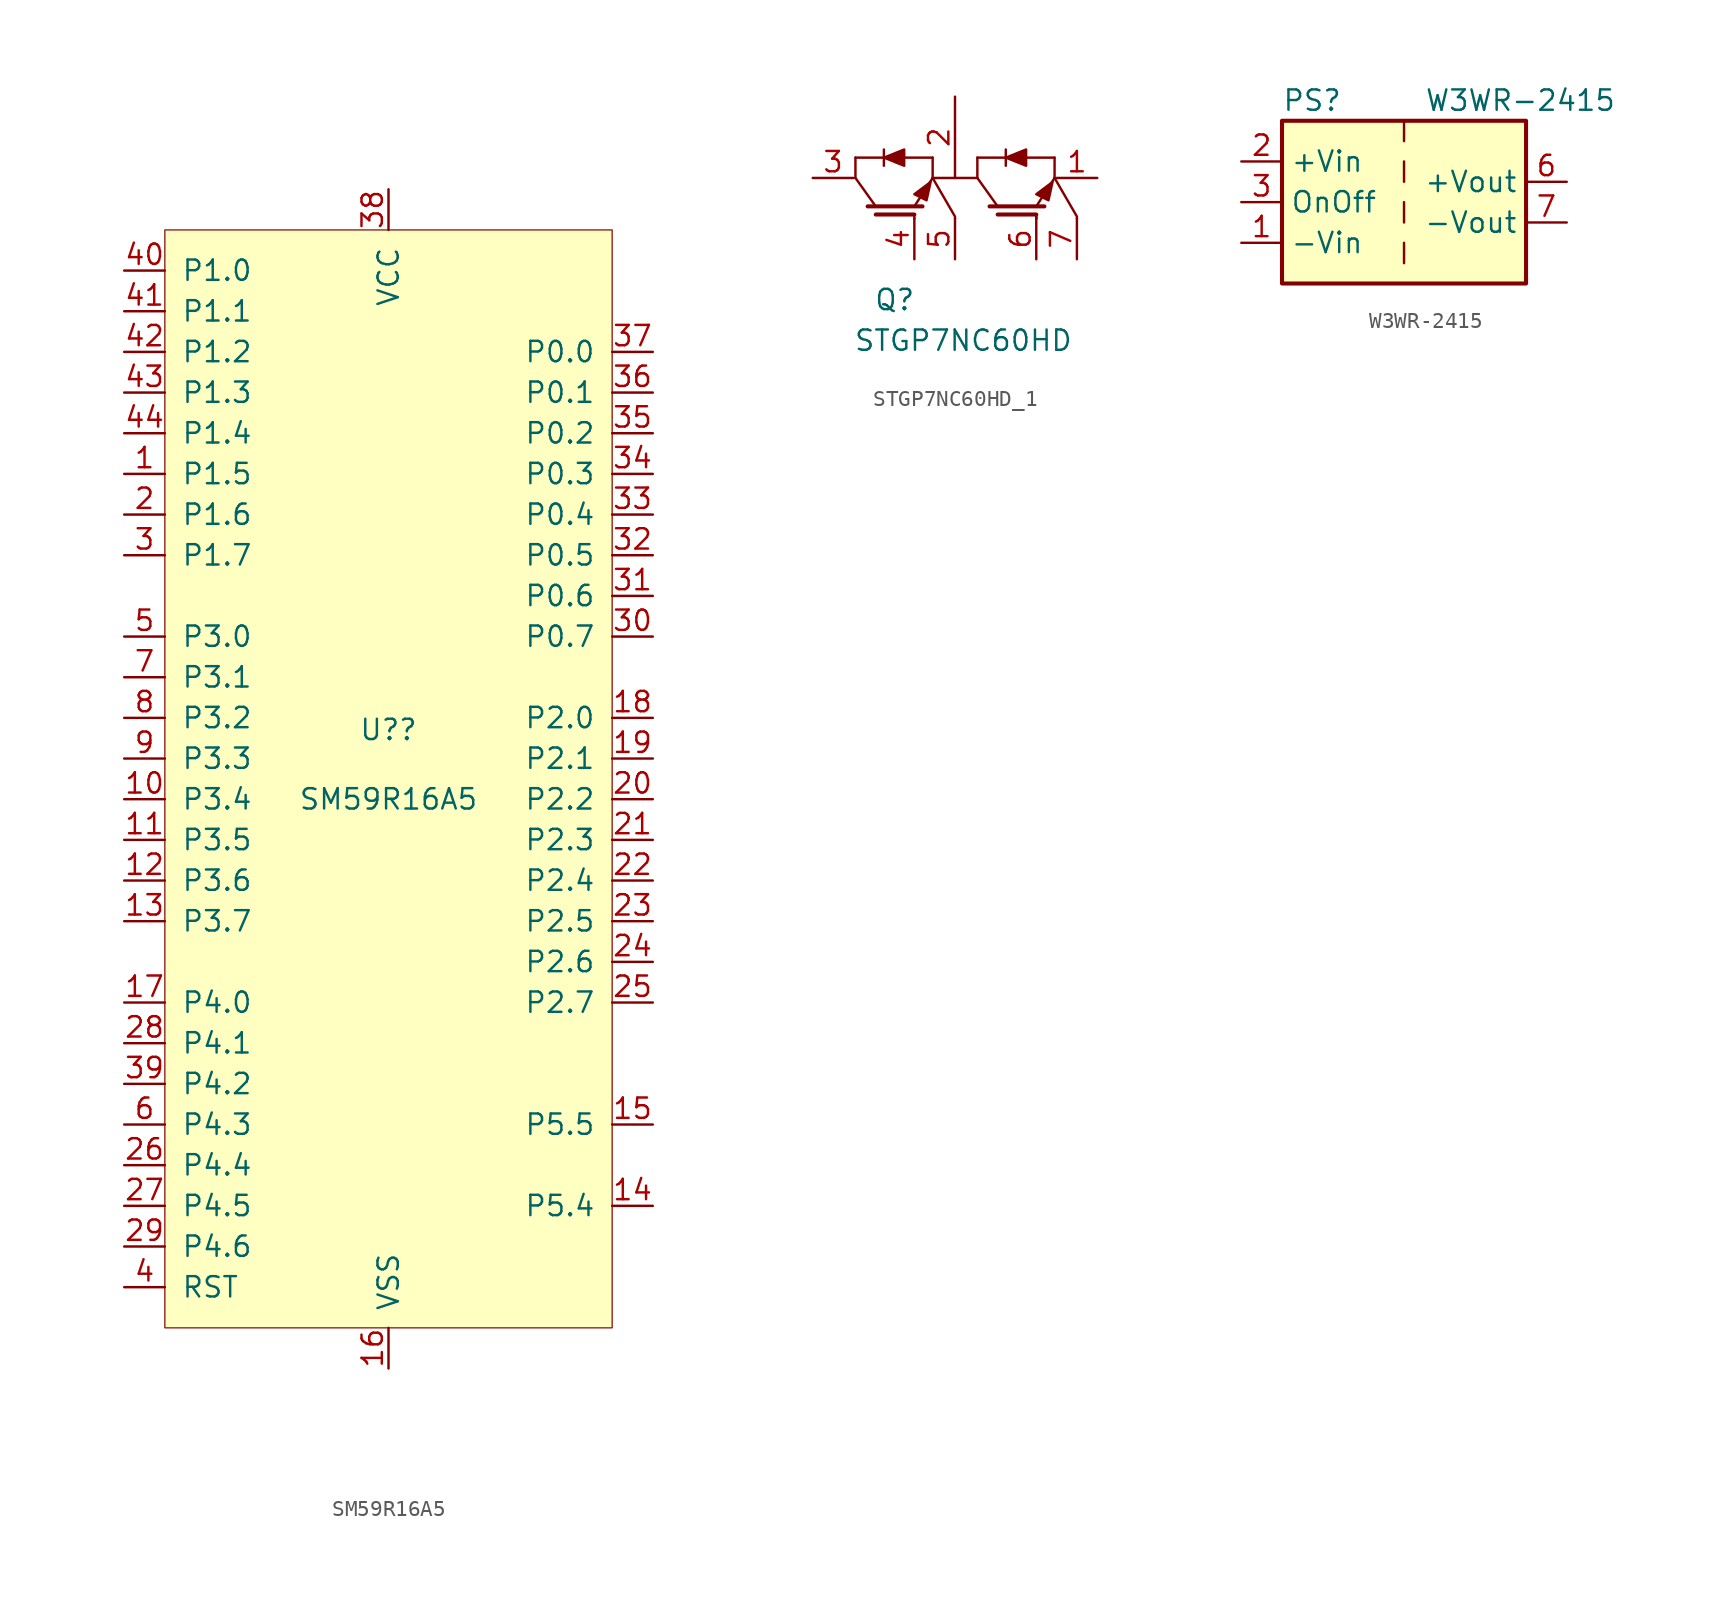
<source format=kicad_sym>
(kicad_symbol_lib
  (version 20220914)
  (generator kicad_symbol_editor)
  (symbol "SM59R16A5"
    (pin_names
      (offset 1.016))
    (property "Reference" "U?"
      (at 0 3.81 0)
      (effects (font (size 1.27 1.27)) (justify top)))
    (property "Value" "SM59R16A5"
      (at 0 -1.27 0)
      (effects (font (size 1.27 1.27))))
    (symbol "SM59R16A5_1_1"
      (rectangle (start -13.97 34.29) (end 13.97 -34.29) (stroke (width 0.076) (type default)) (fill (type background)))
      (pin bidirectional line (at -16.51 19.05 0) (length 2.54) (name "P1.5" (effects (font (size 1.27 1.27)))) (number "1" (effects (font (size 1.27 1.27)))) (alternate "ADC5" bidirectional line) (alternate "MOSI" bidirectional line))
      (pin bidirectional line (at -16.51 -1.27 0) (length 2.54) (name "P3.4" (effects (font (size 1.27 1.27)))) (number "10" (effects (font (size 1.27 1.27)))) (alternate "T0" bidirectional line))
      (pin bidirectional line (at -16.51 -3.81 0) (length 2.54) (name "P3.5" (effects (font (size 1.27 1.27)))) (number "11" (effects (font (size 1.27 1.27)))) (alternate "T1" bidirectional line))
      (pin bidirectional line (at -16.51 -6.35 0) (length 2.54) (name "P3.6" (effects (font (size 1.27 1.27)))) (number "12" (effects (font (size 1.27 1.27)))) (alternate "~{WR}" bidirectional line))
      (pin bidirectional line (at -16.51 -8.89 0) (length 2.54) (name "P3.7" (effects (font (size 1.27 1.27)))) (number "13" (effects (font (size 1.27 1.27)))) (alternate "~{RD}" bidirectional line))
      (pin bidirectional line (at 16.51 -26.67 180) (length 2.54) (name "P5.4" (effects (font (size 1.27 1.27)))) (number "14" (effects (font (size 1.27 1.27)))) (alternate "X32OUT" bidirectional line) (alternate "XTAL2" bidirectional line))
      (pin bidirectional line (at 16.51 -21.59 180) (length 2.54) (name "P5.5" (effects (font (size 1.27 1.27)))) (number "15" (effects (font (size 1.27 1.27)))) (alternate "X32IN" bidirectional line) (alternate "XTAL1" bidirectional line))
      (pin power_in line (at 0 -36.83 90) (length 2.54) (name "VSS" (effects (font (size 1.27 1.27)))) (number "16" (effects (font (size 1.27 1.27)))))
      (pin bidirectional line (at -16.51 -13.97 0) (length 2.54) (name "P4.0" (effects (font (size 1.27 1.27)))) (number "17" (effects (font (size 1.27 1.27)))) (alternate "CC0" bidirectional line) (alternate "IIC_SCL" bidirectional line) (alternate "PWM0" bidirectional line) (alternate "SS" bidirectional line))
      (pin bidirectional line (at 16.51 3.81 180) (length 2.54) (name "P2.0" (effects (font (size 1.27 1.27)))) (number "18" (effects (font (size 1.27 1.27)))) (alternate "A8" bidirectional line) (alternate "CC0" bidirectional line) (alternate "KBI0" bidirectional line))
      (pin bidirectional line (at 16.51 1.27 180) (length 2.54) (name "P2.1" (effects (font (size 1.27 1.27)))) (number "19" (effects (font (size 1.27 1.27)))) (alternate "A9" bidirectional line) (alternate "CC1" bidirectional line) (alternate "KBI1" bidirectional line))
      (pin bidirectional line (at -16.51 16.51 0) (length 2.54) (name "P1.6" (effects (font (size 1.27 1.27)))) (number "2" (effects (font (size 1.27 1.27)))) (alternate "ADC6" bidirectional line) (alternate "IIC_SCL" bidirectional line) (alternate "MISO" bidirectional line))
      (pin bidirectional line (at 16.51 -1.27 180) (length 2.54) (name "P2.2" (effects (font (size 1.27 1.27)))) (number "20" (effects (font (size 1.27 1.27)))) (alternate "A10" bidirectional line) (alternate "CC2" bidirectional line) (alternate "KBI2" bidirectional line) (alternate "Op1Out" bidirectional line))
      (pin bidirectional line (at 16.51 -3.81 180) (length 2.54) (name "P2.3" (effects (font (size 1.27 1.27)))) (number "21" (effects (font (size 1.27 1.27)))) (alternate "A11" bidirectional line) (alternate "CC3" bidirectional line) (alternate "KBI3" bidirectional line) (alternate "Op1NIn" bidirectional line))
      (pin bidirectional line (at 16.51 -6.35 180) (length 2.54) (name "P2.4" (effects (font (size 1.27 1.27)))) (number "22" (effects (font (size 1.27 1.27)))) (alternate "A12" bidirectional line) (alternate "KBI4" bidirectional line) (alternate "Op1Pin" bidirectional line) (alternate "PWM0" bidirectional line))
      (pin bidirectional line (at 16.51 -8.89 180) (length 2.54) (name "P2.5" (effects (font (size 1.27 1.27)))) (number "23" (effects (font (size 1.27 1.27)))) (alternate "A13" bidirectional line) (alternate "KBI5" bidirectional line) (alternate "Op0NIn" bidirectional line) (alternate "PWM1" bidirectional line))
      (pin bidirectional line (at 16.51 -11.43 180) (length 2.54) (name "P2.6" (effects (font (size 1.27 1.27)))) (number "24" (effects (font (size 1.27 1.27)))) (alternate "A14" bidirectional line) (alternate "KBI6" bidirectional line) (alternate "Op0Pin" bidirectional line) (alternate "PWM2" bidirectional line))
      (pin bidirectional line (at 16.51 -13.97 180) (length 2.54) (name "P2.7" (effects (font (size 1.27 1.27)))) (number "25" (effects (font (size 1.27 1.27)))) (alternate "A15" bidirectional line) (alternate "KBI7" bidirectional line) (alternate "Op0Out" bidirectional line) (alternate "PWM3" bidirectional line))
      (pin bidirectional line (at -16.51 -24.13 0) (length 2.54) (name "P4.4" (effects (font (size 1.27 1.27)))) (number "26" (effects (font (size 1.27 1.27)))) (alternate "OCI_SCL" bidirectional line))
      (pin bidirectional line (at -16.51 -26.67 0) (length 2.54) (name "P4.5" (effects (font (size 1.27 1.27)))) (number "27" (effects (font (size 1.27 1.27)))) (alternate "ALE" bidirectional line))
      (pin bidirectional line (at -16.51 -16.51 0) (length 2.54) (name "P4.1" (effects (font (size 1.27 1.27)))) (number "28" (effects (font (size 1.27 1.27)))) (alternate "CC1" bidirectional line) (alternate "IIC_SDA" bidirectional line) (alternate "MOSI" bidirectional line) (alternate "PWM1" bidirectional line))
      (pin bidirectional line (at -16.51 -29.21 0) (length 2.54) (name "P4.6" (effects (font (size 1.27 1.27)))) (number "29" (effects (font (size 1.27 1.27)))) (alternate "OCI_SDA" bidirectional line))
      (pin bidirectional line (at -16.51 13.97 0) (length 2.54) (name "P1.7" (effects (font (size 1.27 1.27)))) (number "3" (effects (font (size 1.27 1.27)))) (alternate "ADC7" bidirectional line) (alternate "IIC_SDA" bidirectional line) (alternate "SPI_CLK" bidirectional line))
      (pin bidirectional line (at 16.51 8.89 180) (length 2.54) (name "P0.7" (effects (font (size 1.27 1.27)))) (number "30" (effects (font (size 1.27 1.27)))) (alternate "AD7" bidirectional line) (alternate "KBI7" bidirectional line))
      (pin bidirectional line (at 16.51 11.43 180) (length 2.54) (name "P0.6" (effects (font (size 1.27 1.27)))) (number "31" (effects (font (size 1.27 1.27)))) (alternate "AD6" bidirectional line) (alternate "KBI6" bidirectional line))
      (pin bidirectional line (at 16.51 13.97 180) (length 2.54) (name "P0.5" (effects (font (size 1.27 1.27)))) (number "32" (effects (font (size 1.27 1.27)))) (alternate "AD5" bidirectional line) (alternate "KBI6" bidirectional line))
      (pin bidirectional line (at 16.51 16.51 180) (length 2.54) (name "P0.4" (effects (font (size 1.27 1.27)))) (number "33" (effects (font (size 1.27 1.27)))) (alternate "AD4" bidirectional line) (alternate "KBI4" bidirectional line))
      (pin bidirectional line (at 16.51 19.05 180) (length 2.54) (name "P0.3" (effects (font (size 1.27 1.27)))) (number "34" (effects (font (size 1.27 1.27)))) (alternate "AD3" bidirectional line) (alternate "KBI3" bidirectional line))
      (pin bidirectional line (at 16.51 21.59 180) (length 2.54) (name "P0.2" (effects (font (size 1.27 1.27)))) (number "35" (effects (font (size 1.27 1.27)))) (alternate "AD2" bidirectional line) (alternate "KBI2" bidirectional line))
      (pin bidirectional line (at 16.51 24.13 180) (length 2.54) (name "P0.1" (effects (font (size 1.27 1.27)))) (number "36" (effects (font (size 1.27 1.27)))) (alternate "AD1" bidirectional line) (alternate "KBI1" bidirectional line))
      (pin bidirectional line (at 16.51 26.67 180) (length 2.54) (name "P0.0" (effects (font (size 1.27 1.27)))) (number "37" (effects (font (size 1.27 1.27)))) (alternate "AD0" bidirectional line) (alternate "KBI0" bidirectional line))
      (pin power_in line (at 0 36.83 270) (length 2.54) (name "VCC" (effects (font (size 1.27 1.27)))) (number "38" (effects (font (size 1.27 1.27)))))
      (pin bidirectional line (at -16.51 -19.05 0) (length 2.54) (name "P4.2" (effects (font (size 1.27 1.27)))) (number "39" (effects (font (size 1.27 1.27)))) (alternate "CC2" bidirectional line) (alternate "MISO" bidirectional line) (alternate "PWM2" bidirectional line) (alternate "RXD1" bidirectional line))
      (pin bidirectional line (at -16.51 -31.75 0) (length 2.54) (name "RST" (effects (font (size 1.27 1.27)))) (number "4" (effects (font (size 1.27 1.27)))) (alternate "P4.7" bidirectional line))
      (pin bidirectional line (at -16.51 31.75 0) (length 2.54) (name "P1.0" (effects (font (size 1.27 1.27)))) (number "40" (effects (font (size 1.27 1.27)))) (alternate "ADC0" bidirectional line) (alternate "CC0" bidirectional line) (alternate "T2" bidirectional line))
      (pin bidirectional line (at -16.51 29.21 0) (length 2.54) (name "P1.1" (effects (font (size 1.27 1.27)))) (number "41" (effects (font (size 1.27 1.27)))) (alternate "ADC1" bidirectional line) (alternate "CC1" bidirectional line) (alternate "T2EX" bidirectional line))
      (pin bidirectional line (at -16.51 26.67 0) (length 2.54) (name "P1.2" (effects (font (size 1.27 1.27)))) (number "42" (effects (font (size 1.27 1.27)))) (alternate "ADC2" bidirectional line) (alternate "RXD1" bidirectional line))
      (pin bidirectional line (at -16.51 24.13 0) (length 2.54) (name "P1.3" (effects (font (size 1.27 1.27)))) (number "43" (effects (font (size 1.27 1.27)))) (alternate "ADC3" bidirectional line) (alternate "CC2" bidirectional line) (alternate "TXD1" bidirectional line))
      (pin bidirectional line (at -16.51 21.59 0) (length 2.54) (name "P1.4" (effects (font (size 1.27 1.27)))) (number "44" (effects (font (size 1.27 1.27)))) (alternate "ADC4" bidirectional line) (alternate "CC3" bidirectional line) (alternate "SS" bidirectional line))
      (pin bidirectional line (at -16.51 8.89 0) (length 2.54) (name "P3.0" (effects (font (size 1.27 1.27)))) (number "5" (effects (font (size 1.27 1.27)))) (alternate "RXD0" bidirectional line))
      (pin bidirectional line (at -16.51 -21.59 0) (length 2.54) (name "P4.3" (effects (font (size 1.27 1.27)))) (number "6" (effects (font (size 1.27 1.27)))) (alternate "CC3" bidirectional line) (alternate "PWM3" bidirectional line) (alternate "SPI_CLK" bidirectional line) (alternate "TXD1" bidirectional line))
      (pin bidirectional line (at -16.51 6.35 0) (length 2.54) (name "P3.1" (effects (font (size 1.27 1.27)))) (number "7" (effects (font (size 1.27 1.27)))) (alternate "TXD0" bidirectional line))
      (pin bidirectional line (at -16.51 3.81 0) (length 2.54) (name "P3.2" (effects (font (size 1.27 1.27)))) (number "8" (effects (font (size 1.27 1.27)))) (alternate "~{INT0}" bidirectional line))
      (pin bidirectional line (at -16.51 1.27 0) (length 2.54) (name "P3.3" (effects (font (size 1.27 1.27)))) (number "9" (effects (font (size 1.27 1.27)))) (alternate "~{INT1}" bidirectional line))))
  (symbol "STGP7NC60HD_1"
    (pin_names
      (offset 0) hide)
    (property "Reference" "Q"
      (at -5.08 -7.62 0)
      (effects (font (size 1.27 1.27)) (justify left)))
    (property "Value" "STGP7NC60HD"
      (at -6.35 -10.16 0)
      (effects (font (size 1.27 1.27)) (justify left)))
    (symbol "STGP7NC60HD_1_0_1"
      (polyline (pts (xy -6.223 0) (xy -6.223 1.27)) (stroke (width 0) (type default)) (fill (type none)))
      (polyline (pts (xy -6.223 1.27) (xy -1.397 1.27)) (stroke (width 0) (type default)) (fill (type none)))
      (polyline (pts (xy -4.445 0.762) (xy -4.445 1.778)) (stroke (width 0) (type default)) (fill (type none)))
      (polyline (pts (xy -2.54 -2.54) (xy -2.54 -2.286)) (stroke (width 0) (type default)) (fill (type none)))
      (polyline (pts (xy -1.397 0) (xy -1.397 1.27)) (stroke (width 0) (type default)) (fill (type none)))
      (polyline (pts (xy 1.397 0) (xy -1.397 0)) (stroke (width 0) (type default)) (fill (type none)))
      (polyline (pts (xy 1.397 0) (xy 1.397 1.27)) (stroke (width 0) (type default)) (fill (type none)))
      (polyline (pts (xy 1.397 1.27) (xy 6.223 1.27)) (stroke (width 0) (type default)) (fill (type none)))
      (polyline (pts (xy 3.175 0.762) (xy 3.175 1.778)) (stroke (width 0) (type default)) (fill (type none)))
      (polyline (pts (xy 5.08 -2.54) (xy 5.08 -2.286)) (stroke (width 0) (type default)) (fill (type none)))
      (polyline (pts (xy 5.08 -2.54) (xy 5.08 -2.286)) (stroke (width 0) (type default)) (fill (type none)))
      (polyline (pts (xy 6.223 0) (xy 6.223 1.27)) (stroke (width 0) (type default)) (fill (type none)))
      (polyline (pts (xy 0 -2.54) (xy 0 -2.413) (xy -1.397 0)) (stroke (width 0) (type default)) (fill (type none)))
      (polyline (pts (xy 7.62 -2.54) (xy 7.62 -2.413) (xy 6.223 0)) (stroke (width 0) (type default)) (fill (type none)))
      (polyline (pts (xy -4.445 1.27) (xy -3.175 0.762) (xy -3.175 1.778) (xy -4.445 1.27)) (stroke (width 0) (type default)) (fill (type outline)))
      (polyline (pts (xy 3.175 1.27) (xy 4.445 0.762) (xy 4.445 1.778) (xy 3.175 1.27)) (stroke (width 0) (type default)) (fill (type outline))))
    (symbol "STGP7NC60HD_1_1_1"
      (polyline (pts (xy -6.223 0) (xy -4.953 -1.778)) (stroke (width 0) (type default)) (fill (type none)))
      (polyline (pts (xy -5.461 -1.778) (xy -2.032 -1.778)) (stroke (width 0.254) (type default)) (fill (type none)))
      (polyline (pts (xy -1.397 0) (xy -2.54 -1.778)) (stroke (width 0) (type default)) (fill (type none)))
      (polyline (pts (xy 1.397 0) (xy 2.667 -1.778)) (stroke (width 0) (type default)) (fill (type none)))
      (polyline (pts (xy 2.159 -1.778) (xy 5.588 -1.778)) (stroke (width 0.254) (type default)) (fill (type none)))
      (polyline (pts (xy 6.223 0) (xy 5.08 -1.778)) (stroke (width 0) (type default)) (fill (type none)))
      (polyline (pts (xy -4.953 -2.286) (xy -2.54 -2.286) (xy -2.54 -2.286)) (stroke (width 0.254) (type default)) (fill (type none)))
      (polyline (pts (xy 2.667 -2.286) (xy 5.08 -2.286) (xy 5.08 -2.286)) (stroke (width 0.254) (type default)) (fill (type none)))
      (polyline (pts (xy -1.778 -1.397) (xy -2.54 -1.016) (xy -1.524 -0.254) (xy -1.778 -1.397)) (stroke (width 0) (type default)) (fill (type outline)))
      (polyline (pts (xy 5.842 -1.397) (xy 5.08 -1.016) (xy 6.096 -0.254) (xy 5.842 -1.397)) (stroke (width 0) (type default)) (fill (type outline)))
      (pin passive line (at 8.89 0 180) (length 2.54) (name "E" (effects (font (size 1.27 1.27)))) (number "1" (effects (font (size 1.27 1.27)))))
      (pin passive line (at 0 5.08 270) (length 5.08) (name "E" (effects (font (size 1.27 1.27)))) (number "2" (effects (font (size 1.27 1.27)))))
      (pin passive line (at -8.89 0 0) (length 2.54) (name "C" (effects (font (size 1.27 1.27)))) (number "3" (effects (font (size 1.27 1.27)))))
      (pin input line (at -2.54 -5.08 90) (length 2.54) (name "G" (effects (font (size 1.27 1.27)))) (number "4" (effects (font (size 1.27 1.27)))))
      (pin input line (at 0 -5.08 90) (length 2.54) (name "G" (effects (font (size 1.27 1.27)))) (number "5" (effects (font (size 1.27 1.27)))))
      (pin input line (at 5.08 -5.08 90) (length 2.54) (name "G" (effects (font (size 1.27 1.27)))) (number "6" (effects (font (size 1.27 1.27)))))
      (pin input line (at 7.62 -5.08 90) (length 2.54) (name "G" (effects (font (size 1.27 1.27)))) (number "7" (effects (font (size 1.27 1.27)))))))
  (symbol "W3WR-2415"
    (property "Reference" "PS"
      (at -7.62 6.35 0)
      (effects (font (size 1.27 1.27)) (justify left)))
    (property "Value" "W3WR-2415"
      (at 1.27 6.35 0)
      (effects (font (size 1.27 1.27)) (justify left)))
    (symbol "W3WR-2415_0_0"
      (pin power_in line (at -10.16 -2.54 0) (length 2.54) (name "-Vin" (effects (font (size 1.27 1.27)))) (number "1" (effects (font (size 1.27 1.27)))))
      (pin power_in line (at -10.16 2.54 0) (length 2.54) (name "+Vin" (effects (font (size 1.27 1.27)))) (number "2" (effects (font (size 1.27 1.27)))))
      (pin input line (at -10.16 0 0) (length 2.54) (name "OnOff" (effects (font (size 1.27 1.27)))) (number "3" (effects (font (size 1.27 1.27)))))
      (pin no_connect line (at 0 5.08 270) (length 2.54) hide (name "NC" (effects (font (size 1.27 1.27)))) (number "5" (effects (font (size 1.27 1.27)))))
      (pin power_out line (at 10.16 1.27 180) (length 2.54) (name "+Vout" (effects (font (size 1.27 1.27)))) (number "6" (effects (font (size 1.27 1.27))))))
    (symbol "W3WR-2415_0_1"
      (rectangle (start -7.62 5.08) (end 7.62 -5.08) (stroke (width 0.254) (type default)) (fill (type background)))
      (polyline (pts (xy 0 -2.54) (xy 0 -3.81)) (stroke (width 0) (type default)) (fill (type none)))
      (polyline (pts (xy 0 0) (xy 0 -1.27)) (stroke (width 0) (type default)) (fill (type none)))
      (polyline (pts (xy 0 2.54) (xy 0 1.27)) (stroke (width 0) (type default)) (fill (type none)))
      (polyline (pts (xy 0 5.08) (xy 0 3.81)) (stroke (width 0) (type default)) (fill (type none))))
    (symbol "W3WR-2415_1_0"
      (pin power_out line (at 10.16 -1.27 180) (length 2.54) (name "-Vout" (effects (font (size 1.27 1.27)))) (number "7" (effects (font (size 1.27 1.27)))))
      (pin no_connect line (at 10.16 -3.81 180) (length 2.54) hide (name "NC" (effects (font (size 1.27 1.27)))) (number "8" (effects (font (size 1.27 1.27))))))))
</source>
